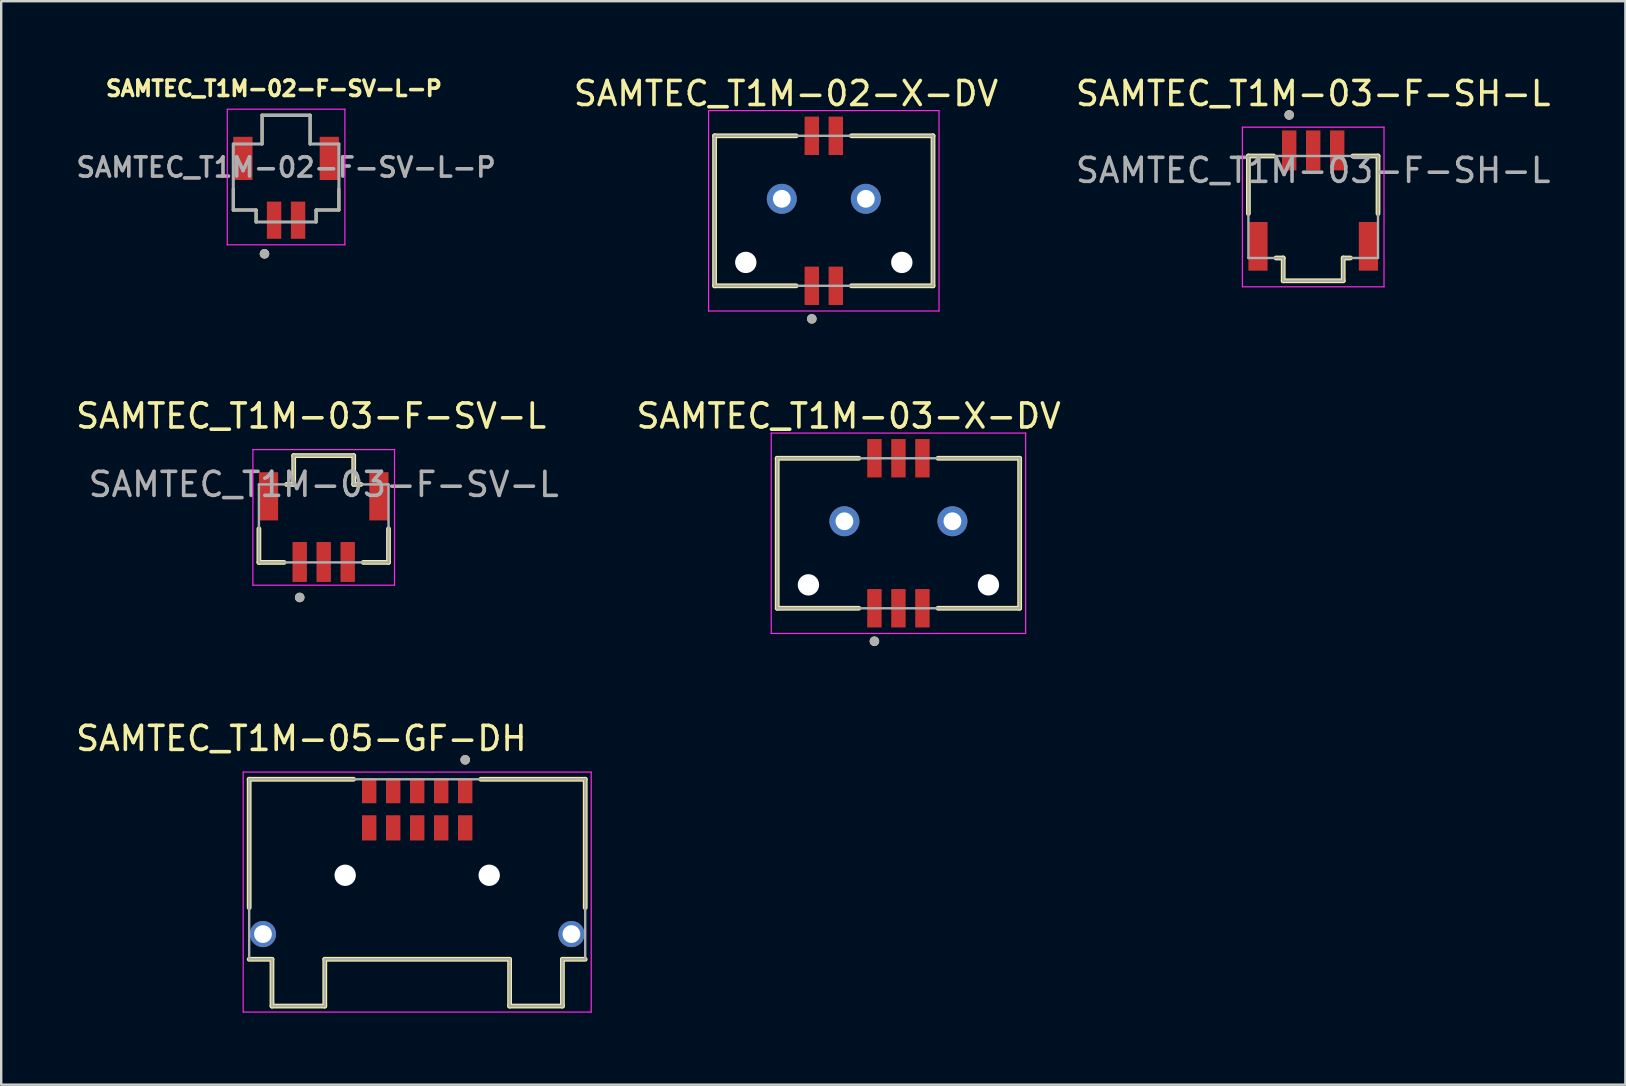
<source format=kicad_pcb>
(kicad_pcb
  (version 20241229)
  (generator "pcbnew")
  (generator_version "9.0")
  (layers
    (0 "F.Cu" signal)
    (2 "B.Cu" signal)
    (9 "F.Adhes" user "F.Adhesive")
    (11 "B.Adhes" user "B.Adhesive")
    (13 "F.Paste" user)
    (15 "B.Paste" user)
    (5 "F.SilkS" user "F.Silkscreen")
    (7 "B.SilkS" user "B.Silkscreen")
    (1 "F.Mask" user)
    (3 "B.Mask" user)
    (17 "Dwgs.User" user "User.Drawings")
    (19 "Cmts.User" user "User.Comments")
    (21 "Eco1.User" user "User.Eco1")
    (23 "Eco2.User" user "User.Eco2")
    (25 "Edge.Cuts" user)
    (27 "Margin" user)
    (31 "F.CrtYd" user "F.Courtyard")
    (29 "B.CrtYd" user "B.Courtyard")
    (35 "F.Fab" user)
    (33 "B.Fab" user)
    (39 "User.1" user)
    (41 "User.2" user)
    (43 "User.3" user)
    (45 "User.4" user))
  (footprint "SAMTEC_T1M-02-X-DV"
    (layer "F.Cu")
    (at 31.271 5.733)
    (property "Reference" "SAMTEC_T1M-02-X-DV" (at -1.575 -4.885 0) (layer "F.SilkS") (effects (font (size 1 1) (thickness 0.15))))
    (attr smd)
    (fp_line (start -4.55 -3.125) (end -1.15 -3.125) (stroke (width 0.2) (type solid)) (layer "F.SilkS"))
    (fp_line (start -4.55 3.125) (end -4.55 -3.125) (stroke (width 0.2) (type solid)) (layer "F.SilkS"))
    (fp_line (start -4.55 3.125) (end -1.15 3.125) (stroke (width 0.2) (type solid)) (layer "F.SilkS"))
    (fp_line (start 1.15 -3.125) (end 4.55 -3.125) (stroke (width 0.2) (type solid)) (layer "F.SilkS"))
    (fp_line (start 1.15 3.125) (end 4.55 3.125) (stroke (width 0.2) (type solid)) (layer "F.SilkS"))
    (fp_line (start 4.55 -3.125) (end 4.55 3.125) (stroke (width 0.2) (type solid)) (layer "F.SilkS"))
    (fp_circle (center -0.5 4.5) (end -0.4 4.5) (stroke (width 0.2) (type solid)) (fill no) (layer "F.SilkS"))
    (fp_circle (center -1.75 -0.5) (end -1.375 -0.5) (stroke (width 0.75) (type solid)) (fill no) (layer "F.Paste"))
    (fp_circle (center 1.75 -0.5) (end 2.125 -0.5) (stroke (width 0.75) (type solid)) (fill no) (layer "F.Paste"))
    (fp_line (start -4.8 -4.175) (end -4.8 4.175) (stroke (width 0.05) (type solid)) (layer "F.CrtYd"))
    (fp_line (start -4.8 4.175) (end 4.8 4.175) (stroke (width 0.05) (type solid)) (layer "F.CrtYd"))
    (fp_line (start 4.8 -4.175) (end -4.8 -4.175) (stroke (width 0.05) (type solid)) (layer "F.CrtYd"))
    (fp_line (start 4.8 4.175) (end 4.8 -4.175) (stroke (width 0.05) (type solid)) (layer "F.CrtYd"))
    (fp_line (start -4.55 -3.125) (end 4.55 -3.125) (stroke (width 0.1) (type solid)) (layer "F.Fab"))
    (fp_line (start -4.55 3.125) (end -4.55 -3.125) (stroke (width 0.1) (type solid)) (layer "F.Fab"))
    (fp_line (start 4.55 -3.125) (end 4.55 3.125) (stroke (width 0.1) (type solid)) (layer "F.Fab"))
    (fp_line (start 4.55 3.125) (end -4.55 3.125) (stroke (width 0.1) (type solid)) (layer "F.Fab"))
    (fp_circle (center -0.5 4.5) (end -0.4 4.5) (stroke (width 0.2) (type solid)) (fill no) (layer "F.Fab"))
    (pad "" np_thru_hole circle (at -3.25 2.15) (size 0.89 0.89) (drill 0.89) (layers "*.Cu" "*.Mask"))
    (pad "" np_thru_hole circle (at 3.25 2.15) (size 0.89 0.89) (drill 0.89) (layers "*.Cu" "*.Mask"))
    (pad "1" smd rect (at -0.5 3.125) (size 0.6 1.6) (layers "F.Cu" "F.Mask" "F.Paste"))
    (pad "2" smd rect (at -0.5 -3.125) (size 0.6 1.6) (layers "F.Cu" "F.Mask" "F.Paste"))
    (pad "3" smd rect (at 0.5 3.125) (size 0.6 1.6) (layers "F.Cu" "F.Mask" "F.Paste"))
    (pad "4" smd rect (at 0.5 -3.125) (size 0.6 1.6) (layers "F.Cu" "F.Mask" "F.Paste"))
    (pad "S1" thru_hole circle (at -1.75 -0.5) (size 1.248 1.248) (drill 0.74) (layers "*.Cu" "*.Mask"))
    (pad "S2" thru_hole circle (at 1.75 -0.5) (size 1.248 1.248) (drill 0.74) (layers "*.Cu" "*.Mask")))
  (footprint "SAMTEC_T1M-02-F-SV-L-P"
    (layer "F.Cu")
    (at 8.869 3.974)
    (property "Reference" "SAMTEC_T1M-02-F-SV-L-P" (at -0.508 -3.336 0) (layer "F.SilkS") (effects (font (size 0.64 0.64) (thickness 0.15))))
    (attr smd)
    (fp_line (start -2.2 0.85) (end -2.2 1.725) (stroke (width 0.127) (type solid)) (layer "F.SilkS"))
    (fp_line (start -1.25 1.725) (end -2.2 1.725) (stroke (width 0.127) (type solid)) (layer "F.SilkS"))
    (fp_line (start -1.25 2.225) (end -1.25 1.725) (stroke (width 0.127) (type solid)) (layer "F.SilkS"))
    (fp_line (start -1 -2.225) (end 1 -2.225) (stroke (width 0.127) (type solid)) (layer "F.SilkS"))
    (fp_line (start -1 -1.025) (end -1 -2.225) (stroke (width 0.127) (type solid)) (layer "F.SilkS"))
    (fp_line (start 1 -1.025) (end 1 -2.225) (stroke (width 0.127) (type solid)) (layer "F.SilkS"))
    (fp_line (start 1.25 2.225) (end 1.25 1.725) (stroke (width 0.127) (type solid)) (layer "F.SilkS"))
    (fp_line (start 2.2 0.85) (end 2.2 1.725) (stroke (width 0.127) (type solid)) (layer "F.SilkS"))
    (fp_line (start 2.2 1.725) (end 1.25 1.725) (stroke (width 0.127) (type solid)) (layer "F.SilkS"))
    (fp_circle (center -0.9 3.55) (end -0.8 3.55) (stroke (width 0.2) (type solid)) (fill no) (layer "F.SilkS"))
    (fp_line (start -2.45 -2.475) (end 2.45 -2.475) (stroke (width 0.05) (type solid)) (layer "F.CrtYd"))
    (fp_line (start -2.45 3.175) (end -2.45 -2.475) (stroke (width 0.05) (type solid)) (layer "F.CrtYd"))
    (fp_line (start 2.45 -2.475) (end 2.45 3.175) (stroke (width 0.05) (type solid)) (layer "F.CrtYd"))
    (fp_line (start 2.45 3.175) (end -2.45 3.175) (stroke (width 0.05) (type solid)) (layer "F.CrtYd"))
    (fp_line (start -2.2 -1.025) (end -1 -1.025) (stroke (width 0.127) (type solid)) (layer "F.Fab"))
    (fp_line (start -2.2 1.725) (end -2.2 -1.025) (stroke (width 0.127) (type solid)) (layer "F.Fab"))
    (fp_line (start -1.25 1.725) (end -2.2 1.725) (stroke (width 0.127) (type solid)) (layer "F.Fab"))
    (fp_line (start -1.25 2.225) (end -1.25 1.725) (stroke (width 0.127) (type solid)) (layer "F.Fab"))
    (fp_line (start -1 -2.225) (end 1 -2.225) (stroke (width 0.127) (type solid)) (layer "F.Fab"))
    (fp_line (start -1 -1.025) (end -1 -2.225) (stroke (width 0.127) (type solid)) (layer "F.Fab"))
    (fp_line (start 1 -2.225) (end 1 -1.025) (stroke (width 0.127) (type solid)) (layer "F.Fab"))
    (fp_line (start 1 -1.025) (end 2.2 -1.025) (stroke (width 0.127) (type solid)) (layer "F.Fab"))
    (fp_line (start 1.25 1.725) (end 1.25 2.225) (stroke (width 0.127) (type solid)) (layer "F.Fab"))
    (fp_line (start 1.25 2.225) (end -1.25 2.225) (stroke (width 0.127) (type solid)) (layer "F.Fab"))
    (fp_line (start 2.2 -1.025) (end 2.2 1.725) (stroke (width 0.127) (type solid)) (layer "F.Fab"))
    (fp_line (start 2.2 1.725) (end 1.25 1.725) (stroke (width 0.127) (type solid)) (layer "F.Fab"))
    (fp_circle (center -0.9 3.55) (end -0.8 3.55) (stroke (width 0.2) (type solid)) (fill no) (layer "F.Fab"))
    (fp_text user "${REFERENCE}" (at 0 -0.05 0) (unlocked yes) (layer "F.Fab") (effects (font (size 0.8 0.8) (thickness 0.15) (bold yes))))
    (pad "1" smd rect (at -0.5 2.15) (size 0.6 1.55) (layers "F.Cu" "F.Mask" "F.Paste"))
    (pad "2" smd rect (at 0.5 2.15) (size 0.6 1.55) (layers "F.Cu" "F.Mask" "F.Paste"))
    (pad "S1" smd rect (at -1.8 -0.425) (size 0.8 1.8) (layers "F.Cu" "F.Mask" "F.Paste"))
    (pad "S2" smd rect (at 1.8 -0.425) (size 0.8 1.8) (layers "F.Cu" "F.Mask" "F.Paste")))
  (footprint "SAMTEC_T1M-03-F-SV-L"
    (layer "F.Cu")
    (at 10.436 20.306)
    (property "Reference" "SAMTEC_T1M-03-F-SV-L" (at -0.525 -6.025 0) (layer "F.SilkS") (effects (font (size 1 1) (thickness 0.15))))
    (attr smd)
    (fp_line (start -2.7 0.075) (end -2.7 -1.325) (stroke (width 0.2) (type solid)) (layer "F.SilkS"))
    (fp_line (start -2.7 0.075) (end -1.65 0.075) (stroke (width 0.2) (type solid)) (layer "F.SilkS"))
    (fp_line (start -1.55 -3.175) (end -1.25 -3.175) (stroke (width 0.2) (type solid)) (layer "F.SilkS"))
    (fp_line (start -1.25 -4.375) (end 1.25 -4.375) (stroke (width 0.2) (type solid)) (layer "F.SilkS"))
    (fp_line (start -1.25 -3.175) (end -1.25 -4.375) (stroke (width 0.2) (type solid)) (layer "F.SilkS"))
    (fp_line (start 1.25 -3.175) (end 1.25 -4.375) (stroke (width 0.2) (type solid)) (layer "F.SilkS"))
    (fp_line (start 1.55 -3.175) (end 1.25 -3.175) (stroke (width 0.2) (type solid)) (layer "F.SilkS"))
    (fp_line (start 2.7 0.075) (end 1.65 0.075) (stroke (width 0.2) (type solid)) (layer "F.SilkS"))
    (fp_line (start 2.7 0.075) (end 2.7 -1.325) (stroke (width 0.2) (type solid)) (layer "F.SilkS"))
    (fp_circle (center -1 1.535) (end -0.9 1.535) (stroke (width 0.2) (type solid)) (fill no) (layer "F.SilkS"))
    (fp_line (start -2.95 -4.625) (end 2.95 -4.625) (stroke (width 0.05) (type solid)) (layer "F.CrtYd"))
    (fp_line (start -2.95 1.025) (end -2.95 -4.625) (stroke (width 0.05) (type solid)) (layer "F.CrtYd"))
    (fp_line (start 2.95 -4.625) (end 2.95 1.025) (stroke (width 0.05) (type solid)) (layer "F.CrtYd"))
    (fp_line (start 2.95 1.025) (end -2.95 1.025) (stroke (width 0.05) (type solid)) (layer "F.CrtYd"))
    (fp_line (start -2.7 -3.175) (end -1.25 -3.175) (stroke (width 0.1) (type solid)) (layer "F.Fab"))
    (fp_line (start -2.7 0.075) (end -2.7 -3.175) (stroke (width 0.1) (type solid)) (layer "F.Fab"))
    (fp_line (start -2.7 0.075) (end 2.7 0.075) (stroke (width 0.1) (type solid)) (layer "F.Fab"))
    (fp_line (start -1.25 -4.375) (end 1.25 -4.375) (stroke (width 0.1) (type solid)) (layer "F.Fab"))
    (fp_line (start -1.25 -3.175) (end -1.25 -4.375) (stroke (width 0.1) (type solid)) (layer "F.Fab"))
    (fp_line (start 1.25 -3.175) (end 1.25 -4.375) (stroke (width 0.1) (type solid)) (layer "F.Fab"))
    (fp_line (start 2.7 -3.175) (end 1.25 -3.175) (stroke (width 0.1) (type solid)) (layer "F.Fab"))
    (fp_line (start 2.7 0.075) (end 2.7 -3.175) (stroke (width 0.1) (type solid)) (layer "F.Fab"))
    (fp_circle (center -1 1.535) (end -0.9 1.535) (stroke (width 0.2) (type solid)) (fill no) (layer "F.Fab"))
    (fp_text user "${REFERENCE}" (at 0 -3.175 0) (unlocked yes) (layer "F.Fab") (effects (font (size 1 1) (thickness 0.15))))
    (pad "1" smd rect (at -1 0.057) (size 0.6 1.664) (layers "F.Cu" "F.Mask" "F.Paste"))
    (pad "2" smd rect (at 0 0.057) (size 0.6 1.664) (layers "F.Cu" "F.Mask" "F.Paste"))
    (pad "3" smd rect (at 1 0.057) (size 0.6 1.664) (layers "F.Cu" "F.Mask" "F.Paste"))
    (pad "S1" smd rect (at -2.3 -2.679) (size 0.8 2.008) (layers "F.Cu" "F.Mask" "F.Paste"))
    (pad "S2" smd rect (at 2.3 -2.679) (size 0.8 2.008) (layers "F.Cu" "F.Mask" "F.Paste")))
  (footprint "SAMTEC_T1M-03-F-SH-L"
    (layer "F.Cu")
    (at 51.66 5.573)
    (property "Reference" "SAMTEC_T1M-03-F-SH-L" (at 0 -4.725 0) (layer "F.SilkS") (effects (font (size 1 1) (thickness 0.15))))
    (attr smd)
    (fp_line (start -2.7 -2.125) (end -2.7 0.275) (stroke (width 0.2) (type solid)) (layer "F.SilkS"))
    (fp_line (start -2.7 -2.125) (end -1.65 -2.125) (stroke (width 0.2) (type solid)) (layer "F.SilkS"))
    (fp_line (start -1.55 2.125) (end -1.25 2.125) (stroke (width 0.2) (type solid)) (layer "F.SilkS"))
    (fp_line (start -1.25 2.125) (end -1.25 3.075) (stroke (width 0.2) (type solid)) (layer "F.SilkS"))
    (fp_line (start -1.25 3.075) (end 1.25 3.075) (stroke (width 0.2) (type solid)) (layer "F.SilkS"))
    (fp_line (start 1.25 2.125) (end 1.25 3.075) (stroke (width 0.2) (type solid)) (layer "F.SilkS"))
    (fp_line (start 1.55 2.125) (end 1.25 2.125) (stroke (width 0.2) (type solid)) (layer "F.SilkS"))
    (fp_line (start 2.7 -2.125) (end 1.65 -2.125) (stroke (width 0.2) (type solid)) (layer "F.SilkS"))
    (fp_line (start 2.7 -2.125) (end 2.7 0.275) (stroke (width 0.2) (type solid)) (layer "F.SilkS"))
    (fp_circle (center -1 -3.835) (end -0.9 -3.835) (stroke (width 0.2) (type solid)) (fill no) (layer "F.SilkS"))
    (fp_line (start -2.95 -3.325) (end 2.95 -3.325) (stroke (width 0.05) (type solid)) (layer "F.CrtYd"))
    (fp_line (start -2.95 3.325) (end -2.95 -3.325) (stroke (width 0.05) (type solid)) (layer "F.CrtYd"))
    (fp_line (start 2.95 -3.325) (end 2.95 3.325) (stroke (width 0.05) (type solid)) (layer "F.CrtYd"))
    (fp_line (start 2.95 3.325) (end -2.95 3.325) (stroke (width 0.05) (type solid)) (layer "F.CrtYd"))
    (fp_line (start -2.7 -2.125) (end -2.7 2.125) (stroke (width 0.1) (type solid)) (layer "F.Fab"))
    (fp_line (start -2.7 -2.125) (end 2.7 -2.125) (stroke (width 0.1) (type solid)) (layer "F.Fab"))
    (fp_line (start -2.7 2.125) (end -1.25 2.125) (stroke (width 0.1) (type solid)) (layer "F.Fab"))
    (fp_line (start -1.25 2.125) (end -1.25 3.075) (stroke (width 0.1) (type solid)) (layer "F.Fab"))
    (fp_line (start -1.25 3.075) (end 1.25 3.075) (stroke (width 0.1) (type solid)) (layer "F.Fab"))
    (fp_line (start 1.25 2.125) (end 1.25 3.075) (stroke (width 0.1) (type solid)) (layer "F.Fab"))
    (fp_line (start 2.7 -2.125) (end 2.7 2.125) (stroke (width 0.1) (type solid)) (layer "F.Fab"))
    (fp_line (start 2.7 2.125) (end 1.25 2.125) (stroke (width 0.1) (type solid)) (layer "F.Fab"))
    (fp_circle (center -1 -3.835) (end -0.9 -3.835) (stroke (width 0.2) (type solid)) (fill no) (layer "F.Fab"))
    (fp_text user "${REFERENCE}" (at 0 -1.524 0) (unlocked yes) (layer "F.Fab") (effects (font (size 1 1) (thickness 0.15))))
    (pad "1" smd rect (at -1 -2.357) (size 0.6 1.664) (layers "F.Cu" "F.Mask" "F.Paste"))
    (pad "2" smd rect (at 0 -2.357) (size 0.6 1.664) (layers "F.Cu" "F.Mask" "F.Paste"))
    (pad "3" smd rect (at 1 -2.357) (size 0.6 1.664) (layers "F.Cu" "F.Mask" "F.Paste"))
    (pad "S1" smd rect (at -2.3 1.639) (size 0.8 2.028) (layers "F.Cu" "F.Mask" "F.Paste"))
    (pad "S2" smd rect (at 2.3 1.639) (size 0.8 2.028) (layers "F.Cu" "F.Mask" "F.Paste")))
  (footprint "SAMTEC_T1M-03-X-DV"
    (layer "F.Cu")
    (at 34.38 19.166)
    (property "Reference" "SAMTEC_T1M-03-X-DV" (at -2.075 -4.885 0) (layer "F.SilkS") (effects (font (size 1 1) (thickness 0.15))))
    (attr through_hole)
    (fp_line (start -5.05 -3.125) (end -1.65 -3.125) (stroke (width 0.2) (type solid)) (layer "F.SilkS"))
    (fp_line (start -5.05 3.125) (end -5.05 -3.125) (stroke (width 0.2) (type solid)) (layer "F.SilkS"))
    (fp_line (start -5.05 3.125) (end -1.65 3.125) (stroke (width 0.2) (type solid)) (layer "F.SilkS"))
    (fp_line (start 1.65 -3.125) (end 5.05 -3.125) (stroke (width 0.2) (type solid)) (layer "F.SilkS"))
    (fp_line (start 1.65 3.125) (end 5.05 3.125) (stroke (width 0.2) (type solid)) (layer "F.SilkS"))
    (fp_line (start 5.05 -3.125) (end 5.05 3.125) (stroke (width 0.2) (type solid)) (layer "F.SilkS"))
    (fp_circle (center -1 4.5) (end -0.9 4.5) (stroke (width 0.2) (type solid)) (fill no) (layer "F.SilkS"))
    (fp_circle (center -2.25 -0.5) (end -1.875 -0.5) (stroke (width 0.75) (type solid)) (fill no) (layer "F.Paste"))
    (fp_circle (center 2.25 -0.5) (end 2.625 -0.5) (stroke (width 0.75) (type solid)) (fill no) (layer "F.Paste"))
    (fp_line (start -5.3 -4.175) (end -5.3 4.175) (stroke (width 0.05) (type solid)) (layer "F.CrtYd"))
    (fp_line (start -5.3 4.175) (end 5.3 4.175) (stroke (width 0.05) (type solid)) (layer "F.CrtYd"))
    (fp_line (start 5.3 -4.175) (end -5.3 -4.175) (stroke (width 0.05) (type solid)) (layer "F.CrtYd"))
    (fp_line (start 5.3 4.175) (end 5.3 -4.175) (stroke (width 0.05) (type solid)) (layer "F.CrtYd"))
    (fp_line (start -5.05 -3.125) (end 5.05 -3.125) (stroke (width 0.1) (type solid)) (layer "F.Fab"))
    (fp_line (start -5.05 3.125) (end -5.05 -3.125) (stroke (width 0.1) (type solid)) (layer "F.Fab"))
    (fp_line (start 5.05 -3.125) (end 5.05 3.125) (stroke (width 0.1) (type solid)) (layer "F.Fab"))
    (fp_line (start 5.05 3.125) (end -5.05 3.125) (stroke (width 0.1) (type solid)) (layer "F.Fab"))
    (fp_circle (center -1 4.5) (end -0.9 4.5) (stroke (width 0.2) (type solid)) (fill no) (layer "F.Fab"))
    (pad "" np_thru_hole circle (at -3.75 2.15) (size 0.89 0.89) (drill 0.89) (layers "*.Cu" "*.Mask"))
    (pad "" np_thru_hole circle (at 3.75 2.15) (size 0.89 0.89) (drill 0.89) (layers "*.Cu" "*.Mask"))
    (pad "1" smd rect (at -1 3.125) (size 0.6 1.6) (layers "F.Cu" "F.Mask" "F.Paste"))
    (pad "2" smd rect (at -1 -3.125) (size 0.6 1.6) (layers "F.Cu" "F.Mask" "F.Paste"))
    (pad "3" smd rect (at 0 3.125) (size 0.6 1.6) (layers "F.Cu" "F.Mask" "F.Paste"))
    (pad "4" smd rect (at 0 -3.125) (size 0.6 1.6) (layers "F.Cu" "F.Mask" "F.Paste"))
    (pad "5" smd rect (at 1 3.125) (size 0.6 1.6) (layers "F.Cu" "F.Mask" "F.Paste"))
    (pad "6" smd rect (at 1 -3.125) (size 0.6 1.6) (layers "F.Cu" "F.Mask" "F.Paste"))
    (pad "S1" thru_hole circle (at -2.25 -0.5) (size 1.248 1.248) (drill 0.74) (layers "*.Cu" "*.Mask"))
    (pad "S2" thru_hole circle (at 2.25 -0.5) (size 1.248 1.248) (drill 0.74) (layers "*.Cu" "*.Mask")))
  (footprint "SAMTEC_T1M-05-GF-DH"
    (layer "F.Cu")
    (at 14.331 30.665)
    (property "Reference" "SAMTEC_T1M-05-GF-DH" (at -4.825 -2.95 0) (layer "F.SilkS") (effects (font (size 1 1) (thickness 0.15))))
    (attr smd)
    (fp_line (start -7 -1.25) (end -2.65 -1.25) (stroke (width 0.2) (type solid)) (layer "F.SilkS"))
    (fp_line (start -7 4.1) (end -7 -1.25) (stroke (width 0.2) (type solid)) (layer "F.SilkS"))
    (fp_line (start -7 6.25) (end -6.05 6.25) (stroke (width 0.2) (type solid)) (layer "F.SilkS"))
    (fp_line (start -6.05 6.25) (end -6.05 8.2) (stroke (width 0.2) (type solid)) (layer "F.SilkS"))
    (fp_line (start -6.05 8.2) (end -3.85 8.2) (stroke (width 0.2) (type solid)) (layer "F.SilkS"))
    (fp_line (start -3.85 6.25) (end 3.85 6.25) (stroke (width 0.2) (type solid)) (layer "F.SilkS"))
    (fp_line (start -3.85 8.2) (end -3.85 6.25) (stroke (width 0.2) (type solid)) (layer "F.SilkS"))
    (fp_line (start 3.85 8.2) (end 3.85 6.25) (stroke (width 0.2) (type solid)) (layer "F.SilkS"))
    (fp_line (start 6.05 6.25) (end 6.05 8.2) (stroke (width 0.2) (type solid)) (layer "F.SilkS"))
    (fp_line (start 6.05 8.2) (end 3.85 8.2) (stroke (width 0.2) (type solid)) (layer "F.SilkS"))
    (fp_line (start 7 -1.25) (end 2.65 -1.25) (stroke (width 0.2) (type solid)) (layer "F.SilkS"))
    (fp_line (start 7 -1.25) (end 7 4.1) (stroke (width 0.2) (type solid)) (layer "F.SilkS"))
    (fp_line (start 7 6.25) (end 6.05 6.25) (stroke (width 0.2) (type solid)) (layer "F.SilkS"))
    (fp_circle (center 2 -2.06) (end 2.1 -2.06) (stroke (width 0.2) (type solid)) (fill no) (layer "F.SilkS"))
    (fp_line (start -7.25 -1.55) (end 7.25 -1.55) (stroke (width 0.05) (type solid)) (layer "F.CrtYd"))
    (fp_line (start -7.25 8.45) (end -7.25 -1.55) (stroke (width 0.05) (type solid)) (layer "F.CrtYd"))
    (fp_line (start 7.25 -1.55) (end 7.25 8.45) (stroke (width 0.05) (type solid)) (layer "F.CrtYd"))
    (fp_line (start 7.25 8.45) (end -7.25 8.45) (stroke (width 0.05) (type solid)) (layer "F.CrtYd"))
    (fp_line (start -7 -1.25) (end 7 -1.25) (stroke (width 0.1) (type solid)) (layer "F.Fab"))
    (fp_line (start -7 6.25) (end -7 -1.25) (stroke (width 0.1) (type solid)) (layer "F.Fab"))
    (fp_line (start -7 6.25) (end -6.05 6.25) (stroke (width 0.1) (type solid)) (layer "F.Fab"))
    (fp_line (start -6.05 6.25) (end -6.05 8.2) (stroke (width 0.1) (type solid)) (layer "F.Fab"))
    (fp_line (start -6.05 8.2) (end -3.85 8.2) (stroke (width 0.1) (type solid)) (layer "F.Fab"))
    (fp_line (start -3.85 6.25) (end 3.85 6.25) (stroke (width 0.1) (type solid)) (layer "F.Fab"))
    (fp_line (start -3.85 8.2) (end -3.85 6.25) (stroke (width 0.1) (type solid)) (layer "F.Fab"))
    (fp_line (start 3.85 8.2) (end 3.85 6.25) (stroke (width 0.1) (type solid)) (layer "F.Fab"))
    (fp_line (start 6.05 6.25) (end 6.05 8.2) (stroke (width 0.1) (type solid)) (layer "F.Fab"))
    (fp_line (start 6.05 8.2) (end 3.85 8.2) (stroke (width 0.1) (type solid)) (layer "F.Fab"))
    (fp_line (start 7 -1.25) (end 7 6.25) (stroke (width 0.1) (type solid)) (layer "F.Fab"))
    (fp_line (start 7 6.25) (end 6.05 6.25) (stroke (width 0.1) (type solid)) (layer "F.Fab"))
    (fp_circle (center 2 -2.06) (end 2.1 -2.06) (stroke (width 0.2) (type solid)) (fill no) (layer "F.Fab"))
    (pad "" np_thru_hole circle (at -3 2.75) (size 0.89 0.89) (drill 0.89) (layers "*.Cu" "*.Mask"))
    (pad "" np_thru_hole circle (at 3 2.75) (size 0.89 0.89) (drill 0.89) (layers "*.Cu" "*.Mask"))
    (pad "1" smd rect (at 2 -0.775) (size 0.6 1.05) (layers "F.Cu" "F.Mask" "F.Paste"))
    (pad "2" smd rect (at 2 0.775) (size 0.6 1.05) (layers "F.Cu" "F.Mask" "F.Paste"))
    (pad "3" smd rect (at 1 -0.775) (size 0.6 1.05) (layers "F.Cu" "F.Mask" "F.Paste"))
    (pad "4" smd rect (at 1 0.775) (size 0.6 1.05) (layers "F.Cu" "F.Mask" "F.Paste"))
    (pad "5" smd rect (at 0 -0.775) (size 0.6 1.05) (layers "F.Cu" "F.Mask" "F.Paste"))
    (pad "6" smd rect (at 0 0.775) (size 0.6 1.05) (layers "F.Cu" "F.Mask" "F.Paste"))
    (pad "7" smd rect (at -1 -0.775) (size 0.6 1.05) (layers "F.Cu" "F.Mask" "F.Paste"))
    (pad "8" smd rect (at -1 0.775) (size 0.6 1.05) (layers "F.Cu" "F.Mask" "F.Paste"))
    (pad "9" smd rect (at -2 -0.775) (size 0.6 1.05) (layers "F.Cu" "F.Mask" "F.Paste"))
    (pad "10" smd rect (at -2 0.775) (size 0.6 1.05) (layers "F.Cu" "F.Mask" "F.Paste"))
    (pad "S1" thru_hole circle (at -6.425 5.2) (size 1.09 1.09) (drill 0.74) (layers "*.Cu" "*.Mask"))
    (pad "S2" thru_hole circle (at 6.425 5.2) (size 1.09 1.09) (drill 0.74) (layers "*.Cu" "*.Mask")))
  (gr_rect
    (start -3 -3)
    (end 64.666 42.14)
    (stroke (width 0.1) (type default))
    (fill no)
    (layer "Edge.Cuts")))
</source>
